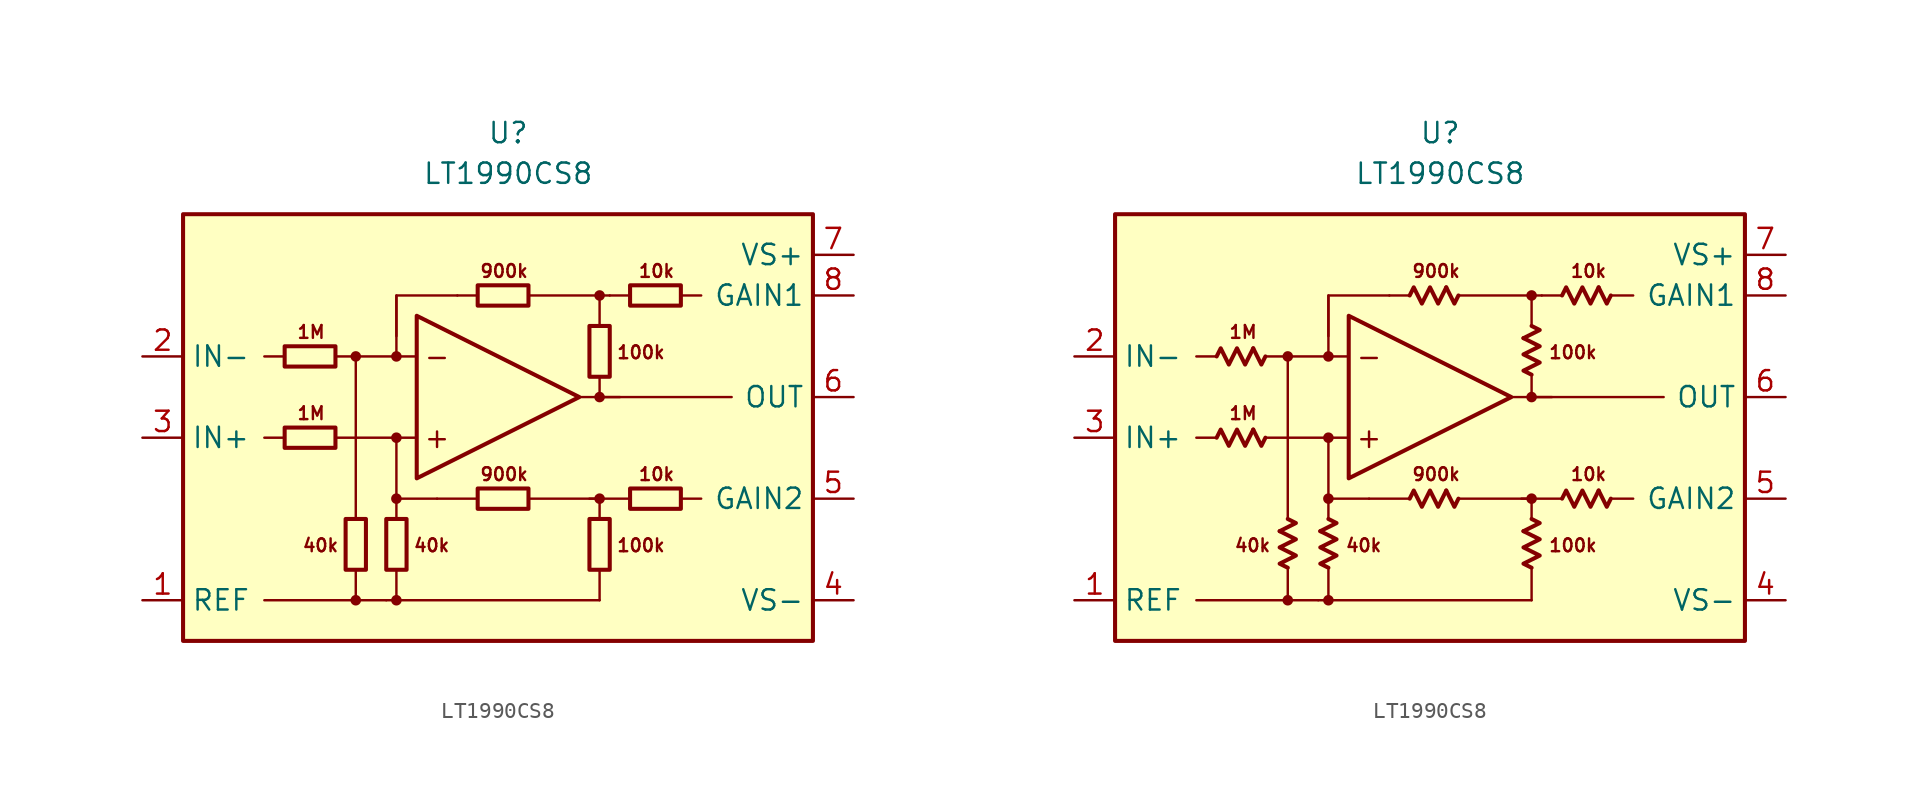
<source format=kicad_sym>
(kicad_symbol_lib
  (version 20231120)
  (generator "kicad_symbol_editor")
  (generator_version "8.0")
  (symbol "LT1990CS8"
    (property "Reference" "U"
      (at 0 19.05 0)
      (effects (font (size 1.27 1.27))))
    (property "Value" "LT1990CS8"
      (at 0 16.51 0)
      (effects (font (size 1.27 1.27))))
    (symbol "LT1990CS8_0_0"
      (rectangle (start -20.32 13.97) (end 19.05 -12.7) (stroke (width 0.254) (type default)) (fill (type background)))
      (circle (center -9.525 -10.16) (radius 0.254) (stroke (width 0.152) (type default)) (fill (type outline)))
      (circle (center -9.525 5.08) (radius 0.254) (stroke (width 0.152) (type default)) (fill (type outline)))
      (circle (center -6.985 -10.16) (radius 0.254) (stroke (width 0.152) (type default)) (fill (type outline)))
      (circle (center -6.985 -3.81) (radius 0.254) (stroke (width 0.152) (type default)) (fill (type outline)))
      (circle (center -6.985 0) (radius 0.254) (stroke (width 0.152) (type default)) (fill (type outline)))
      (circle (center -6.985 5.08) (radius 0.254) (stroke (width 0.152) (type default)) (fill (type outline)))
      (polyline (pts (xy -13.97 0) (xy -15.24 0)) (stroke (width 0.152) (type default)) (fill (type none)))
      (polyline (pts (xy -13.97 5.08) (xy -15.24 5.08)) (stroke (width 0.152) (type default)) (fill (type none)))
      (polyline (pts (xy -9.525 -8.255) (xy -9.525 -10.16)) (stroke (width 0.152) (type default)) (fill (type none)))
      (polyline (pts (xy -9.525 -5.08) (xy -9.525 5.08)) (stroke (width 0.152) (type default)) (fill (type none)))
      (polyline (pts (xy -7.62 -10.16) (xy -15.24 -10.16)) (stroke (width 0.152) (type default)) (fill (type none)))
      (polyline (pts (xy -6.985 -8.255) (xy -6.985 -10.16)) (stroke (width 0.152) (type default)) (fill (type none)))
      (polyline (pts (xy -6.985 -3.81) (xy -6.985 0)) (stroke (width 0.152) (type default)) (fill (type none)))
      (polyline (pts (xy -6.985 5.08) (xy -6.985 8.89)) (stroke (width 0.152) (type default)) (fill (type none)))
      (polyline (pts (xy -5.715 0) (xy -10.795 0)) (stroke (width 0.152) (type default)) (fill (type none)))
      (polyline (pts (xy -5.715 5.08) (xy -10.795 5.08)) (stroke (width 0.152) (type default)) (fill (type none)))
      (polyline (pts (xy -1.905 -3.81) (xy -4.445 -3.81)) (stroke (width 0.152) (type default)) (fill (type none)))
      (polyline (pts (xy -1.905 8.89) (xy -3.175 8.89)) (stroke (width 0.152) (type default)) (fill (type none)))
      (polyline (pts (xy 4.445 2.54) (xy 13.97 2.54)) (stroke (width 0.152) (type default)) (fill (type none)))
      (polyline (pts (xy 5.715 -10.16) (xy -7.62 -10.16)) (stroke (width 0.152) (type default)) (fill (type none)))
      (polyline (pts (xy 5.715 -8.255) (xy 5.715 -10.16)) (stroke (width 0.152) (type default)) (fill (type none)))
      (polyline (pts (xy 5.715 2.54) (xy 5.715 3.81)) (stroke (width 0.152) (type default)) (fill (type none)))
      (polyline (pts (xy 5.715 2.54) (xy 6.985 2.54)) (stroke (width 0.152) (type default)) (fill (type none)))
      (polyline (pts (xy 5.715 8.89) (xy 1.27 8.89)) (stroke (width 0.152) (type default)) (fill (type none)))
      (polyline (pts (xy 7.62 -3.81) (xy 5.08 -3.81)) (stroke (width 0.152) (type default)) (fill (type none)))
      (polyline (pts (xy 7.62 8.89) (xy 6.35 8.89)) (stroke (width 0.152) (type default)) (fill (type none)))
      (polyline (pts (xy 10.795 -3.81) (xy 12.065 -3.81)) (stroke (width 0.152) (type default)) (fill (type none)))
      (polyline (pts (xy 10.795 8.89) (xy 12.065 8.89)) (stroke (width 0.152) (type default)) (fill (type none)))
      (polyline (pts (xy -4.445 -3.81) (xy -6.985 -3.81) (xy -6.985 -5.08)) (stroke (width 0.152) (type default)) (fill (type none)))
      (polyline (pts (xy -3.175 8.89) (xy -6.985 8.89) (xy -6.985 6.35)) (stroke (width 0.152) (type default)) (fill (type none)))
      (polyline (pts (xy 5.715 -5.08) (xy 5.715 -3.81) (xy 1.27 -3.81)) (stroke (width 0.152) (type default)) (fill (type none)))
      (polyline (pts (xy 6.35 8.89) (xy 5.715 8.89) (xy 5.715 6.985)) (stroke (width 0.152) (type default)) (fill (type none)))
      (polyline (pts (xy -5.715 7.62) (xy -5.715 -2.54) (xy 4.445 2.54) (xy -5.715 7.62)) (stroke (width 0.254) (type default)) (fill (type none)))
      (circle (center 5.715 -3.81) (radius 0.254) (stroke (width 0.152) (type default)) (fill (type outline)))
      (circle (center 5.715 2.54) (radius 0.254) (stroke (width 0.152) (type default)) (fill (type outline)))
      (circle (center 5.715 8.89) (radius 0.254) (stroke (width 0.152) (type default)) (fill (type outline)))
      (text "+" (at -4.445 0 0) (effects (font (size 1.27 1.27))))
      (text "-" (at -4.445 5.08 0) (effects (font (size 1.27 1.27))))
      (text "100k" (at 6.731 -6.731 0) (effects (font (size 0.8 0.8)) (justify left)))
      (text "100k" (at 6.731 5.334 0) (effects (font (size 0.8 0.8)) (justify left)))
      (text "10k" (at 9.271 -2.286 0) (effects (font (size 0.8 0.8))))
      (text "10k" (at 9.271 10.414 0) (effects (font (size 0.8 0.8))))
      (text "1M" (at -12.319 1.524 0) (effects (font (size 0.8 0.8))))
      (text "1M" (at -12.319 6.604 0) (effects (font (size 0.8 0.8))))
      (text "40k" (at -10.541 -6.731 0) (effects (font (size 0.8 0.8)) (justify right)))
      (text "40k" (at -5.969 -6.731 0) (effects (font (size 0.8 0.8)) (justify left)))
      (text "900k" (at -0.254 -2.286 0) (effects (font (size 0.8 0.8))))
      (text "900k" (at -0.254 10.414 0) (effects (font (size 0.8 0.8)))))
    (symbol "LT1990CS8_0_1"
      (rectangle (start -13.97 0.635) (end -10.795 -0.635) (stroke (width 0.254) (type default)) (fill (type none)))
      (rectangle (start -13.97 5.715) (end -10.795 4.445) (stroke (width 0.254) (type default)) (fill (type none)))
      (rectangle (start -10.16 -5.08) (end -8.89 -8.255) (stroke (width 0.254) (type default)) (fill (type none)))
      (rectangle (start -7.62 -8.255) (end -6.35 -5.08) (stroke (width 0.254) (type default)) (fill (type none)))
      (rectangle (start -1.905 -3.175) (end 1.27 -4.445) (stroke (width 0.254) (type default)) (fill (type none)))
      (rectangle (start -1.905 9.525) (end 1.27 8.255) (stroke (width 0.254) (type default)) (fill (type none)))
      (rectangle (start 5.08 -8.255) (end 6.35 -5.08) (stroke (width 0.254) (type default)) (fill (type none)))
      (rectangle (start 5.08 3.81) (end 6.35 6.985) (stroke (width 0.254) (type default)) (fill (type none)))
      (rectangle (start 7.62 -3.175) (end 10.795 -4.445) (stroke (width 0.254) (type default)) (fill (type none)))
      (rectangle (start 7.62 9.525) (end 10.795 8.255) (stroke (width 0.254) (type default)) (fill (type none))))
    (symbol "LT1990CS8_0_2"
      (polyline (pts (xy -11.684 0.508) (xy -11.176 -0.508) (xy -10.922 0)) (stroke (width 0.254) (type default)) (fill (type none)))
      (polyline (pts (xy -11.684 5.588) (xy -11.176 4.572) (xy -10.922 5.08)) (stroke (width 0.254) (type default)) (fill (type none)))
      (polyline (pts (xy -10.033 -5.842) (xy -9.017 -5.334) (xy -9.525 -5.08)) (stroke (width 0.254) (type default)) (fill (type none)))
      (polyline (pts (xy -7.493 -5.842) (xy -6.477 -5.334) (xy -6.985 -5.08)) (stroke (width 0.254) (type default)) (fill (type none)))
      (polyline (pts (xy 0.381 -3.302) (xy 0.889 -4.318) (xy 1.143 -3.81)) (stroke (width 0.254) (type default)) (fill (type none)))
      (polyline (pts (xy 0.381 9.398) (xy 0.889 8.382) (xy 1.143 8.89)) (stroke (width 0.254) (type default)) (fill (type none)))
      (polyline (pts (xy 5.207 -5.842) (xy 6.223 -5.334) (xy 5.715 -5.08)) (stroke (width 0.254) (type default)) (fill (type none)))
      (polyline (pts (xy 5.207 6.223) (xy 6.223 6.731) (xy 5.715 6.985)) (stroke (width 0.254) (type default)) (fill (type none)))
      (polyline (pts (xy 9.906 -3.302) (xy 10.414 -4.318) (xy 10.668 -3.81)) (stroke (width 0.254) (type default)) (fill (type none)))
      (polyline (pts (xy 9.906 9.398) (xy 10.414 8.382) (xy 10.668 8.89)) (stroke (width 0.254) (type default)) (fill (type none)))
      (polyline (pts (xy -13.97 0) (xy -13.716 0.508) (xy -13.208 -0.508) (xy -12.7 0.508) (xy -12.192 -0.508) (xy -11.684 0.508)) (stroke (width 0.254) (type default)) (fill (type none)))
      (polyline (pts (xy -13.97 5.08) (xy -13.716 5.588) (xy -13.208 4.572) (xy -12.7 5.588) (xy -12.192 4.572) (xy -11.684 5.588)) (stroke (width 0.254) (type default)) (fill (type none)))
      (polyline (pts (xy -9.525 -8.128) (xy -10.033 -7.874) (xy -9.017 -7.366) (xy -10.033 -6.858) (xy -9.017 -6.35) (xy -10.033 -5.842)) (stroke (width 0.254) (type default)) (fill (type none)))
      (polyline (pts (xy -6.985 -8.128) (xy -7.493 -7.874) (xy -6.477 -7.366) (xy -7.493 -6.858) (xy -6.477 -6.35) (xy -7.493 -5.842)) (stroke (width 0.254) (type default)) (fill (type none)))
      (polyline (pts (xy -1.905 -3.81) (xy -1.651 -3.302) (xy -1.143 -4.318) (xy -0.635 -3.302) (xy -0.127 -4.318) (xy 0.381 -3.302)) (stroke (width 0.254) (type default)) (fill (type none)))
      (polyline (pts (xy -1.905 8.89) (xy -1.651 9.398) (xy -1.143 8.382) (xy -0.635 9.398) (xy -0.127 8.382) (xy 0.381 9.398)) (stroke (width 0.254) (type default)) (fill (type none)))
      (polyline (pts (xy 5.715 -8.128) (xy 5.207 -7.874) (xy 6.223 -7.366) (xy 5.207 -6.858) (xy 6.223 -6.35) (xy 5.207 -5.842)) (stroke (width 0.254) (type default)) (fill (type none)))
      (polyline (pts (xy 5.715 3.937) (xy 5.207 4.191) (xy 6.223 4.699) (xy 5.207 5.207) (xy 6.223 5.715) (xy 5.207 6.223)) (stroke (width 0.254) (type default)) (fill (type none)))
      (polyline (pts (xy 7.62 -3.81) (xy 7.874 -3.302) (xy 8.382 -4.318) (xy 8.89 -3.302) (xy 9.398 -4.318) (xy 9.906 -3.302)) (stroke (width 0.254) (type default)) (fill (type none)))
      (polyline (pts (xy 7.62 8.89) (xy 7.874 9.398) (xy 8.382 8.382) (xy 8.89 9.398) (xy 9.398 8.382) (xy 9.906 9.398)) (stroke (width 0.254) (type default)) (fill (type none))))
    (symbol "LT1990CS8_1_1"
      (pin input line (at -22.86 -10.16 0) (length 2.54) (name "REF" (effects (font (size 1.27 1.27)))) (number "1" (effects (font (size 1.27 1.27)))))
      (pin input line (at -22.86 5.08 0) (length 2.54) (name "IN-" (effects (font (size 1.27 1.27)))) (number "2" (effects (font (size 1.27 1.27)))))
      (pin input line (at -22.86 0 0) (length 2.54) (name "IN+" (effects (font (size 1.27 1.27)))) (number "3" (effects (font (size 1.27 1.27)))))
      (pin power_in line (at 21.59 -10.16 180) (length 2.54) (name "VS-" (effects (font (size 1.27 1.27)))) (number "4" (effects (font (size 1.27 1.27)))))
      (pin passive line (at 21.59 -3.81 180) (length 2.54) (name "GAIN2" (effects (font (size 1.27 1.27)))) (number "5" (effects (font (size 1.27 1.27)))))
      (pin output line (at 21.59 2.54 180) (length 2.54) (name "OUT" (effects (font (size 1.27 1.27)))) (number "6" (effects (font (size 1.27 1.27)))))
      (pin power_in line (at 21.59 11.43 180) (length 2.54) (name "VS+" (effects (font (size 1.27 1.27)))) (number "7" (effects (font (size 1.27 1.27)))))
      (pin passive line (at 21.59 8.89 180) (length 2.54) (name "GAIN1" (effects (font (size 1.27 1.27)))) (number "8" (effects (font (size 1.27 1.27))))))
    (symbol "LT1990CS8_1_2"
      (pin input line (at -22.86 -10.16 0) (length 2.54) (name "REF" (effects (font (size 1.27 1.27)))) (number "1" (effects (font (size 1.27 1.27)))))
      (pin input line (at -22.86 5.08 0) (length 2.54) (name "IN-" (effects (font (size 1.27 1.27)))) (number "2" (effects (font (size 1.27 1.27)))))
      (pin input line (at -22.86 0 0) (length 2.54) (name "IN+" (effects (font (size 1.27 1.27)))) (number "3" (effects (font (size 1.27 1.27)))))
      (pin power_in line (at 21.59 -10.16 180) (length 2.54) (name "VS-" (effects (font (size 1.27 1.27)))) (number "4" (effects (font (size 1.27 1.27)))))
      (pin passive line (at 21.59 -3.81 180) (length 2.54) (name "GAIN2" (effects (font (size 1.27 1.27)))) (number "5" (effects (font (size 1.27 1.27)))))
      (pin output line (at 21.59 2.54 180) (length 2.54) (name "OUT" (effects (font (size 1.27 1.27)))) (number "6" (effects (font (size 1.27 1.27)))))
      (pin power_in line (at 21.59 11.43 180) (length 2.54) (name "VS+" (effects (font (size 1.27 1.27)))) (number "7" (effects (font (size 1.27 1.27)))))
      (pin passive line (at 21.59 8.89 180) (length 2.54) (name "GAIN1" (effects (font (size 1.27 1.27)))) (number "8" (effects (font (size 1.27 1.27))))))))
</source>
